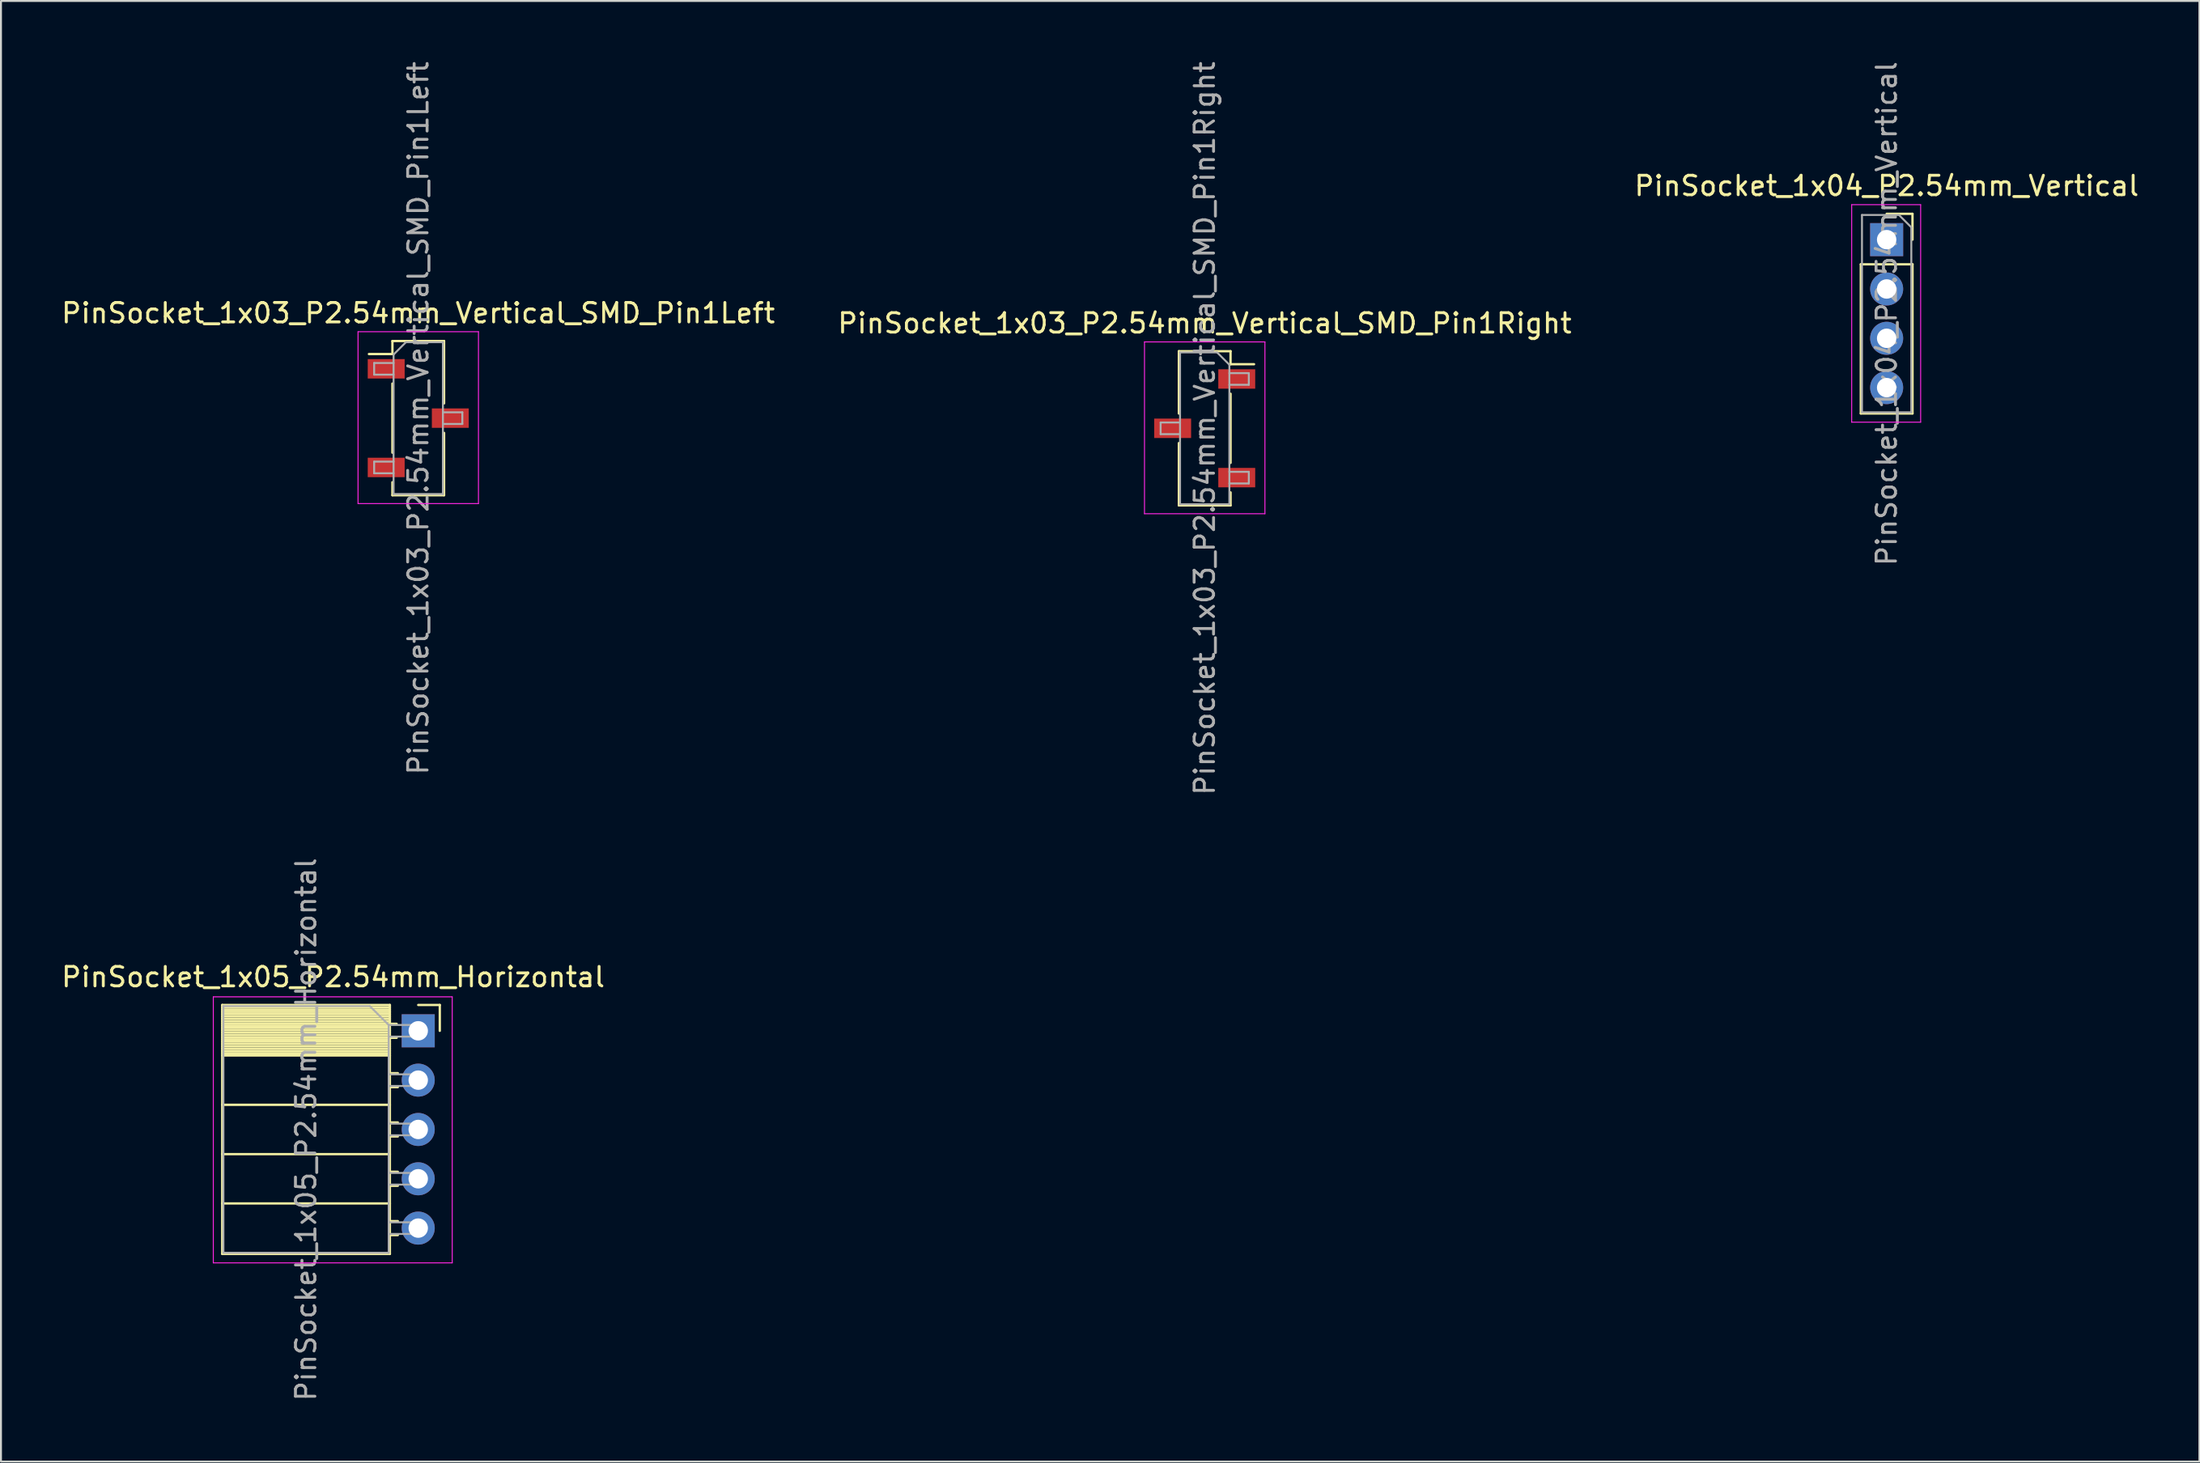
<source format=kicad_pcb>
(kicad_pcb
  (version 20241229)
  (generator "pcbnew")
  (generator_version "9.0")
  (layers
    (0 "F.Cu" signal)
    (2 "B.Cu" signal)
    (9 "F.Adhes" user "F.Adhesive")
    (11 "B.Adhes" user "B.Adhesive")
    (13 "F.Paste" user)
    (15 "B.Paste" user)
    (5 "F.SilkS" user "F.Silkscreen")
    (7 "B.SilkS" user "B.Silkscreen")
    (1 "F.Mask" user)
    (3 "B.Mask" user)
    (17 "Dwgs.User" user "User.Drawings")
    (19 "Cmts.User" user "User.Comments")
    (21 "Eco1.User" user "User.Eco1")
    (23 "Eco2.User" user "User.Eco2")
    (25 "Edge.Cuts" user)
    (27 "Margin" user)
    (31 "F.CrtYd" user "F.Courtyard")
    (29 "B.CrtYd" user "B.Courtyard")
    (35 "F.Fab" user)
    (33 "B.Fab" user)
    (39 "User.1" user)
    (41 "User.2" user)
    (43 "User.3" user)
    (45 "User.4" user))
  (footprint "PinSocket_1x03_P2.54mm_Vertical_SMD_Pin1Right"
    (layer "F.Cu")
    (at 58.97 19.006)
    (property "Reference" "PinSocket_1x03_P2.54mm_Vertical_SMD_Pin1Right" (at 0 -5.41 0) (layer "F.SilkS") (effects (font (size 1 1) (thickness 0.15))))
    (attr smd)
    (fp_line (start -1.33 -3.97) (end -1.33 -0.76) (stroke (width 0.12) (type solid)) (layer "F.SilkS"))
    (fp_line (start -1.33 -3.97) (end 1.33 -3.97) (stroke (width 0.12) (type solid)) (layer "F.SilkS"))
    (fp_line (start -1.33 0.76) (end -1.33 3.97) (stroke (width 0.12) (type solid)) (layer "F.SilkS"))
    (fp_line (start -1.33 3.97) (end 1.33 3.97) (stroke (width 0.12) (type solid)) (layer "F.SilkS"))
    (fp_line (start 1.33 -3.97) (end 1.33 -3.3) (stroke (width 0.12) (type solid)) (layer "F.SilkS"))
    (fp_line (start 1.33 -3.3) (end 2.54 -3.3) (stroke (width 0.12) (type solid)) (layer "F.SilkS"))
    (fp_line (start 1.33 -1.78) (end 1.33 1.78) (stroke (width 0.12) (type solid)) (layer "F.SilkS"))
    (fp_line (start 1.33 3.3) (end 1.33 3.97) (stroke (width 0.12) (type solid)) (layer "F.SilkS"))
    (fp_line (start -3.1 -4.45) (end 3.1 -4.45) (stroke (width 0.05) (type solid)) (layer "F.CrtYd"))
    (fp_line (start -3.1 4.4) (end -3.1 -4.45) (stroke (width 0.05) (type solid)) (layer "F.CrtYd"))
    (fp_line (start 3.1 -4.45) (end 3.1 4.4) (stroke (width 0.05) (type solid)) (layer "F.CrtYd"))
    (fp_line (start 3.1 4.4) (end -3.1 4.4) (stroke (width 0.05) (type solid)) (layer "F.CrtYd"))
    (fp_line (start -2.27 -0.3) (end -1.27 -0.3) (stroke (width 0.1) (type solid)) (layer "F.Fab"))
    (fp_line (start -2.27 0.3) (end -2.27 -0.3) (stroke (width 0.1) (type solid)) (layer "F.Fab"))
    (fp_line (start -1.27 -3.91) (end 0.635 -3.91) (stroke (width 0.1) (type solid)) (layer "F.Fab"))
    (fp_line (start -1.27 0.3) (end -2.27 0.3) (stroke (width 0.1) (type solid)) (layer "F.Fab"))
    (fp_line (start -1.27 3.91) (end -1.27 -3.91) (stroke (width 0.1) (type solid)) (layer "F.Fab"))
    (fp_line (start 0.635 -3.91) (end 1.27 -3.275) (stroke (width 0.1) (type solid)) (layer "F.Fab"))
    (fp_line (start 1.27 -3.275) (end 1.27 3.91) (stroke (width 0.1) (type solid)) (layer "F.Fab"))
    (fp_line (start 1.27 -2.84) (end 2.27 -2.84) (stroke (width 0.1) (type solid)) (layer "F.Fab"))
    (fp_line (start 1.27 2.24) (end 2.27 2.24) (stroke (width 0.1) (type solid)) (layer "F.Fab"))
    (fp_line (start 1.27 3.91) (end -1.27 3.91) (stroke (width 0.1) (type solid)) (layer "F.Fab"))
    (fp_line (start 2.27 -2.84) (end 2.27 -2.24) (stroke (width 0.1) (type solid)) (layer "F.Fab"))
    (fp_line (start 2.27 -2.24) (end 1.27 -2.24) (stroke (width 0.1) (type solid)) (layer "F.Fab"))
    (fp_line (start 2.27 2.24) (end 2.27 2.84) (stroke (width 0.1) (type solid)) (layer "F.Fab"))
    (fp_line (start 2.27 2.84) (end 1.27 2.84) (stroke (width 0.1) (type solid)) (layer "F.Fab"))
    (fp_text user "${REFERENCE}" (at 0 0 90) (layer "F.Fab") (effects (font (size 1 1) (thickness 0.15))))
    (pad "1" smd rect (at 1.65 -2.54) (size 1.9 1) (layers "F.Cu" "F.Mask" "F.Paste"))
    (pad "2" smd rect (at -1.65 0) (size 1.9 1) (layers "F.Cu" "F.Mask" "F.Paste"))
    (pad "3" smd rect (at 1.65 2.54) (size 1.9 1) (layers "F.Cu" "F.Mask" "F.Paste")))
  (footprint "PinSocket_1x03_P2.54mm_Vertical_SMD_Pin1Left"
    (layer "F.Cu")
    (at 18.482 18.482)
    (property "Reference" "PinSocket_1x03_P2.54mm_Vertical_SMD_Pin1Left" (at 0 -5.41 0) (layer "F.SilkS") (effects (font (size 1 1) (thickness 0.15))))
    (attr smd)
    (fp_line (start -2.54 -3.3) (end -1.33 -3.3) (stroke (width 0.12) (type solid)) (layer "F.SilkS"))
    (fp_line (start -1.33 -3.97) (end -1.33 -3.3) (stroke (width 0.12) (type solid)) (layer "F.SilkS"))
    (fp_line (start -1.33 -3.97) (end 1.33 -3.97) (stroke (width 0.12) (type solid)) (layer "F.SilkS"))
    (fp_line (start -1.33 -1.78) (end -1.33 1.78) (stroke (width 0.12) (type solid)) (layer "F.SilkS"))
    (fp_line (start -1.33 3.3) (end -1.33 3.97) (stroke (width 0.12) (type solid)) (layer "F.SilkS"))
    (fp_line (start -1.33 3.97) (end 1.33 3.97) (stroke (width 0.12) (type solid)) (layer "F.SilkS"))
    (fp_line (start 1.33 -3.97) (end 1.33 -0.76) (stroke (width 0.12) (type solid)) (layer "F.SilkS"))
    (fp_line (start 1.33 0.76) (end 1.33 3.97) (stroke (width 0.12) (type solid)) (layer "F.SilkS"))
    (fp_line (start -3.1 -4.45) (end 3.1 -4.45) (stroke (width 0.05) (type solid)) (layer "F.CrtYd"))
    (fp_line (start -3.1 4.4) (end -3.1 -4.45) (stroke (width 0.05) (type solid)) (layer "F.CrtYd"))
    (fp_line (start 3.1 -4.45) (end 3.1 4.4) (stroke (width 0.05) (type solid)) (layer "F.CrtYd"))
    (fp_line (start 3.1 4.4) (end -3.1 4.4) (stroke (width 0.05) (type solid)) (layer "F.CrtYd"))
    (fp_line (start -2.27 -2.84) (end -1.27 -2.84) (stroke (width 0.1) (type solid)) (layer "F.Fab"))
    (fp_line (start -2.27 -2.24) (end -2.27 -2.84) (stroke (width 0.1) (type solid)) (layer "F.Fab"))
    (fp_line (start -2.27 2.24) (end -1.27 2.24) (stroke (width 0.1) (type solid)) (layer "F.Fab"))
    (fp_line (start -2.27 2.84) (end -2.27 2.24) (stroke (width 0.1) (type solid)) (layer "F.Fab"))
    (fp_line (start -1.27 -3.275) (end -0.635 -3.91) (stroke (width 0.1) (type solid)) (layer "F.Fab"))
    (fp_line (start -1.27 -2.24) (end -2.27 -2.24) (stroke (width 0.1) (type solid)) (layer "F.Fab"))
    (fp_line (start -1.27 2.84) (end -2.27 2.84) (stroke (width 0.1) (type solid)) (layer "F.Fab"))
    (fp_line (start -1.27 3.91) (end -1.27 -3.275) (stroke (width 0.1) (type solid)) (layer "F.Fab"))
    (fp_line (start -0.635 -3.91) (end 1.27 -3.91) (stroke (width 0.1) (type solid)) (layer "F.Fab"))
    (fp_line (start 1.27 -3.91) (end 1.27 3.91) (stroke (width 0.1) (type solid)) (layer "F.Fab"))
    (fp_line (start 1.27 -0.3) (end 2.27 -0.3) (stroke (width 0.1) (type solid)) (layer "F.Fab"))
    (fp_line (start 1.27 3.91) (end -1.27 3.91) (stroke (width 0.1) (type solid)) (layer "F.Fab"))
    (fp_line (start 2.27 -0.3) (end 2.27 0.3) (stroke (width 0.1) (type solid)) (layer "F.Fab"))
    (fp_line (start 2.27 0.3) (end 1.27 0.3) (stroke (width 0.1) (type solid)) (layer "F.Fab"))
    (fp_text user "${REFERENCE}" (at 0 0 90) (layer "F.Fab") (effects (font (size 1 1) (thickness 0.15))))
    (pad "1" smd rect (at -1.65 -2.54) (size 1.9 1) (layers "F.Cu" "F.Mask" "F.Paste"))
    (pad "2" smd rect (at 1.65 0) (size 1.9 1) (layers "F.Cu" "F.Mask" "F.Paste"))
    (pad "3" smd rect (at -1.65 2.54) (size 1.9 1) (layers "F.Cu" "F.Mask" "F.Paste")))
  (footprint "PinSocket_1x05_P2.54mm_Horizontal"
    (layer "F.Cu")
    (at 18.481 50.033)
    (property "Reference" "PinSocket_1x05_P2.54mm_Horizontal" (at -4.38 -2.77 0) (layer "F.SilkS") (effects (font (size 1 1) (thickness 0.15))))
    (attr through_hole)
    (fp_line (start -10.09 -1.33) (end -10.09 11.49) (stroke (width 0.12) (type solid)) (layer "F.SilkS"))
    (fp_line (start -10.09 -1.33) (end -1.46 -1.33) (stroke (width 0.12) (type solid)) (layer "F.SilkS"))
    (fp_line (start -10.09 -1.21) (end -1.46 -1.21) (stroke (width 0.12) (type solid)) (layer "F.SilkS"))
    (fp_line (start -10.09 -1.092) (end -1.46 -1.092) (stroke (width 0.12) (type solid)) (layer "F.SilkS"))
    (fp_line (start -10.09 -0.974) (end -1.46 -0.974) (stroke (width 0.12) (type solid)) (layer "F.SilkS"))
    (fp_line (start -10.09 -0.856) (end -1.46 -0.856) (stroke (width 0.12) (type solid)) (layer "F.SilkS"))
    (fp_line (start -10.09 -0.738) (end -1.46 -0.738) (stroke (width 0.12) (type solid)) (layer "F.SilkS"))
    (fp_line (start -10.09 -0.62) (end -1.46 -0.62) (stroke (width 0.12) (type solid)) (layer "F.SilkS"))
    (fp_line (start -10.09 -0.501) (end -1.46 -0.501) (stroke (width 0.12) (type solid)) (layer "F.SilkS"))
    (fp_line (start -10.09 -0.383) (end -1.46 -0.383) (stroke (width 0.12) (type solid)) (layer "F.SilkS"))
    (fp_line (start -10.09 -0.265) (end -1.46 -0.265) (stroke (width 0.12) (type solid)) (layer "F.SilkS"))
    (fp_line (start -10.09 -0.147) (end -1.46 -0.147) (stroke (width 0.12) (type solid)) (layer "F.SilkS"))
    (fp_line (start -10.09 -0.029) (end -1.46 -0.029) (stroke (width 0.12) (type solid)) (layer "F.SilkS"))
    (fp_line (start -10.09 0.089) (end -1.46 0.089) (stroke (width 0.12) (type solid)) (layer "F.SilkS"))
    (fp_line (start -10.09 0.207) (end -1.46 0.207) (stroke (width 0.12) (type solid)) (layer "F.SilkS"))
    (fp_line (start -10.09 0.325) (end -1.46 0.325) (stroke (width 0.12) (type solid)) (layer "F.SilkS"))
    (fp_line (start -10.09 0.443) (end -1.46 0.443) (stroke (width 0.12) (type solid)) (layer "F.SilkS"))
    (fp_line (start -10.09 0.561) (end -1.46 0.561) (stroke (width 0.12) (type solid)) (layer "F.SilkS"))
    (fp_line (start -10.09 0.68) (end -1.46 0.68) (stroke (width 0.12) (type solid)) (layer "F.SilkS"))
    (fp_line (start -10.09 0.798) (end -1.46 0.798) (stroke (width 0.12) (type solid)) (layer "F.SilkS"))
    (fp_line (start -10.09 0.916) (end -1.46 0.916) (stroke (width 0.12) (type solid)) (layer "F.SilkS"))
    (fp_line (start -10.09 1.034) (end -1.46 1.034) (stroke (width 0.12) (type solid)) (layer "F.SilkS"))
    (fp_line (start -10.09 1.152) (end -1.46 1.152) (stroke (width 0.12) (type solid)) (layer "F.SilkS"))
    (fp_line (start -10.09 1.27) (end -1.46 1.27) (stroke (width 0.12) (type solid)) (layer "F.SilkS"))
    (fp_line (start -10.09 3.81) (end -1.46 3.81) (stroke (width 0.12) (type solid)) (layer "F.SilkS"))
    (fp_line (start -10.09 6.35) (end -1.46 6.35) (stroke (width 0.12) (type solid)) (layer "F.SilkS"))
    (fp_line (start -10.09 8.89) (end -1.46 8.89) (stroke (width 0.12) (type solid)) (layer "F.SilkS"))
    (fp_line (start -10.09 11.49) (end -1.46 11.49) (stroke (width 0.12) (type solid)) (layer "F.SilkS"))
    (fp_line (start -1.46 -1.33) (end -1.46 11.49) (stroke (width 0.12) (type solid)) (layer "F.SilkS"))
    (fp_line (start -1.46 -0.36) (end -1.11 -0.36) (stroke (width 0.12) (type solid)) (layer "F.SilkS"))
    (fp_line (start -1.46 0.36) (end -1.11 0.36) (stroke (width 0.12) (type solid)) (layer "F.SilkS"))
    (fp_line (start -1.46 2.18) (end -1.05 2.18) (stroke (width 0.12) (type solid)) (layer "F.SilkS"))
    (fp_line (start -1.46 2.9) (end -1.05 2.9) (stroke (width 0.12) (type solid)) (layer "F.SilkS"))
    (fp_line (start -1.46 4.72) (end -1.05 4.72) (stroke (width 0.12) (type solid)) (layer "F.SilkS"))
    (fp_line (start -1.46 5.44) (end -1.05 5.44) (stroke (width 0.12) (type solid)) (layer "F.SilkS"))
    (fp_line (start -1.46 7.26) (end -1.05 7.26) (stroke (width 0.12) (type solid)) (layer "F.SilkS"))
    (fp_line (start -1.46 7.98) (end -1.05 7.98) (stroke (width 0.12) (type solid)) (layer "F.SilkS"))
    (fp_line (start -1.46 9.8) (end -1.05 9.8) (stroke (width 0.12) (type solid)) (layer "F.SilkS"))
    (fp_line (start -1.46 10.52) (end -1.05 10.52) (stroke (width 0.12) (type solid)) (layer "F.SilkS"))
    (fp_line (start 0 -1.33) (end 1.11 -1.33) (stroke (width 0.12) (type solid)) (layer "F.SilkS"))
    (fp_line (start 1.11 -1.33) (end 1.11 0) (stroke (width 0.12) (type solid)) (layer "F.SilkS"))
    (fp_line (start -10.55 -1.75) (end -10.55 11.95) (stroke (width 0.05) (type solid)) (layer "F.CrtYd"))
    (fp_line (start -10.55 11.95) (end 1.75 11.95) (stroke (width 0.05) (type solid)) (layer "F.CrtYd"))
    (fp_line (start 1.75 -1.75) (end -10.55 -1.75) (stroke (width 0.05) (type solid)) (layer "F.CrtYd"))
    (fp_line (start 1.75 11.95) (end 1.75 -1.75) (stroke (width 0.05) (type solid)) (layer "F.CrtYd"))
    (fp_line (start -10.03 -1.27) (end -2.49 -1.27) (stroke (width 0.1) (type solid)) (layer "F.Fab"))
    (fp_line (start -10.03 11.43) (end -10.03 -1.27) (stroke (width 0.1) (type solid)) (layer "F.Fab"))
    (fp_line (start -2.49 -1.27) (end -1.52 -0.3) (stroke (width 0.1) (type solid)) (layer "F.Fab"))
    (fp_line (start -1.52 -0.3) (end -1.52 11.43) (stroke (width 0.1) (type solid)) (layer "F.Fab"))
    (fp_line (start -1.52 0.3) (end 0 0.3) (stroke (width 0.1) (type solid)) (layer "F.Fab"))
    (fp_line (start -1.52 2.84) (end 0 2.84) (stroke (width 0.1) (type solid)) (layer "F.Fab"))
    (fp_line (start -1.52 5.38) (end 0 5.38) (stroke (width 0.1) (type solid)) (layer "F.Fab"))
    (fp_line (start -1.52 7.92) (end 0 7.92) (stroke (width 0.1) (type solid)) (layer "F.Fab"))
    (fp_line (start -1.52 10.46) (end 0 10.46) (stroke (width 0.1) (type solid)) (layer "F.Fab"))
    (fp_line (start -1.52 11.43) (end -10.03 11.43) (stroke (width 0.1) (type solid)) (layer "F.Fab"))
    (fp_line (start 0 -0.3) (end -1.52 -0.3) (stroke (width 0.1) (type solid)) (layer "F.Fab"))
    (fp_line (start 0 0.3) (end 0 -0.3) (stroke (width 0.1) (type solid)) (layer "F.Fab"))
    (fp_line (start 0 2.24) (end -1.52 2.24) (stroke (width 0.1) (type solid)) (layer "F.Fab"))
    (fp_line (start 0 2.84) (end 0 2.24) (stroke (width 0.1) (type solid)) (layer "F.Fab"))
    (fp_line (start 0 4.78) (end -1.52 4.78) (stroke (width 0.1) (type solid)) (layer "F.Fab"))
    (fp_line (start 0 5.38) (end 0 4.78) (stroke (width 0.1) (type solid)) (layer "F.Fab"))
    (fp_line (start 0 7.32) (end -1.52 7.32) (stroke (width 0.1) (type solid)) (layer "F.Fab"))
    (fp_line (start 0 7.92) (end 0 7.32) (stroke (width 0.1) (type solid)) (layer "F.Fab"))
    (fp_line (start 0 9.86) (end -1.52 9.86) (stroke (width 0.1) (type solid)) (layer "F.Fab"))
    (fp_line (start 0 10.46) (end 0 9.86) (stroke (width 0.1) (type solid)) (layer "F.Fab"))
    (fp_text user "${REFERENCE}" (at -5.775 5.08 90) (layer "F.Fab") (effects (font (size 1 1) (thickness 0.15))))
    (pad "1" thru_hole rect (at 0 0) (size 1.7 1.7) (drill 1) (layers "*.Cu" "*.Mask"))
    (pad "2" thru_hole oval (at 0 2.54) (size 1.7 1.7) (drill 1) (layers "*.Cu" "*.Mask"))
    (pad "3" thru_hole oval (at 0 5.08) (size 1.7 1.7) (drill 1) (layers "*.Cu" "*.Mask"))
    (pad "4" thru_hole oval (at 0 7.62) (size 1.7 1.7) (drill 1) (layers "*.Cu" "*.Mask"))
    (pad "5" thru_hole oval (at 0 10.16) (size 1.7 1.7) (drill 1) (layers "*.Cu" "*.Mask")))
  (footprint "PinSocket_1x04_P2.54mm_Vertical"
    (layer "F.Cu")
    (at 94.077 9.291)
    (property "Reference" "PinSocket_1x04_P2.54mm_Vertical" (at 0 -2.77 0) (layer "F.SilkS") (effects (font (size 1 1) (thickness 0.15))))
    (attr through_hole)
    (fp_line (start -1.33 1.27) (end -1.33 8.95) (stroke (width 0.12) (type solid)) (layer "F.SilkS"))
    (fp_line (start -1.33 1.27) (end 1.33 1.27) (stroke (width 0.12) (type solid)) (layer "F.SilkS"))
    (fp_line (start -1.33 8.95) (end 1.33 8.95) (stroke (width 0.12) (type solid)) (layer "F.SilkS"))
    (fp_line (start 0 -1.33) (end 1.33 -1.33) (stroke (width 0.12) (type solid)) (layer "F.SilkS"))
    (fp_line (start 1.33 -1.33) (end 1.33 0) (stroke (width 0.12) (type solid)) (layer "F.SilkS"))
    (fp_line (start 1.33 1.27) (end 1.33 8.95) (stroke (width 0.12) (type solid)) (layer "F.SilkS"))
    (fp_line (start -1.8 -1.8) (end 1.75 -1.8) (stroke (width 0.05) (type solid)) (layer "F.CrtYd"))
    (fp_line (start -1.8 9.4) (end -1.8 -1.8) (stroke (width 0.05) (type solid)) (layer "F.CrtYd"))
    (fp_line (start 1.75 -1.8) (end 1.75 9.4) (stroke (width 0.05) (type solid)) (layer "F.CrtYd"))
    (fp_line (start 1.75 9.4) (end -1.8 9.4) (stroke (width 0.05) (type solid)) (layer "F.CrtYd"))
    (fp_line (start -1.27 -1.27) (end 0.635 -1.27) (stroke (width 0.1) (type solid)) (layer "F.Fab"))
    (fp_line (start -1.27 8.89) (end -1.27 -1.27) (stroke (width 0.1) (type solid)) (layer "F.Fab"))
    (fp_line (start 0.635 -1.27) (end 1.27 -0.635) (stroke (width 0.1) (type solid)) (layer "F.Fab"))
    (fp_line (start 1.27 -0.635) (end 1.27 8.89) (stroke (width 0.1) (type solid)) (layer "F.Fab"))
    (fp_line (start 1.27 8.89) (end -1.27 8.89) (stroke (width 0.1) (type solid)) (layer "F.Fab"))
    (fp_text user "${REFERENCE}" (at 0 3.81 90) (layer "F.Fab") (effects (font (size 1 1) (thickness 0.15))))
    (pad "1" thru_hole rect (at 0 0) (size 1.7 1.7) (drill 1) (layers "*.Cu" "*.Mask"))
    (pad "2" thru_hole oval (at 0 2.54) (size 1.7 1.7) (drill 1) (layers "*.Cu" "*.Mask"))
    (pad "3" thru_hole oval (at 0 5.08) (size 1.7 1.7) (drill 1) (layers "*.Cu" "*.Mask"))
    (pad "4" thru_hole oval (at 0 7.62) (size 1.7 1.7) (drill 1) (layers "*.Cu" "*.Mask")))
  (gr_rect
    (start -3 -3)
    (end 110.179 72.214)
    (stroke (width 0.1) (type default))
    (fill no)
    (layer "Edge.Cuts")))
</source>
